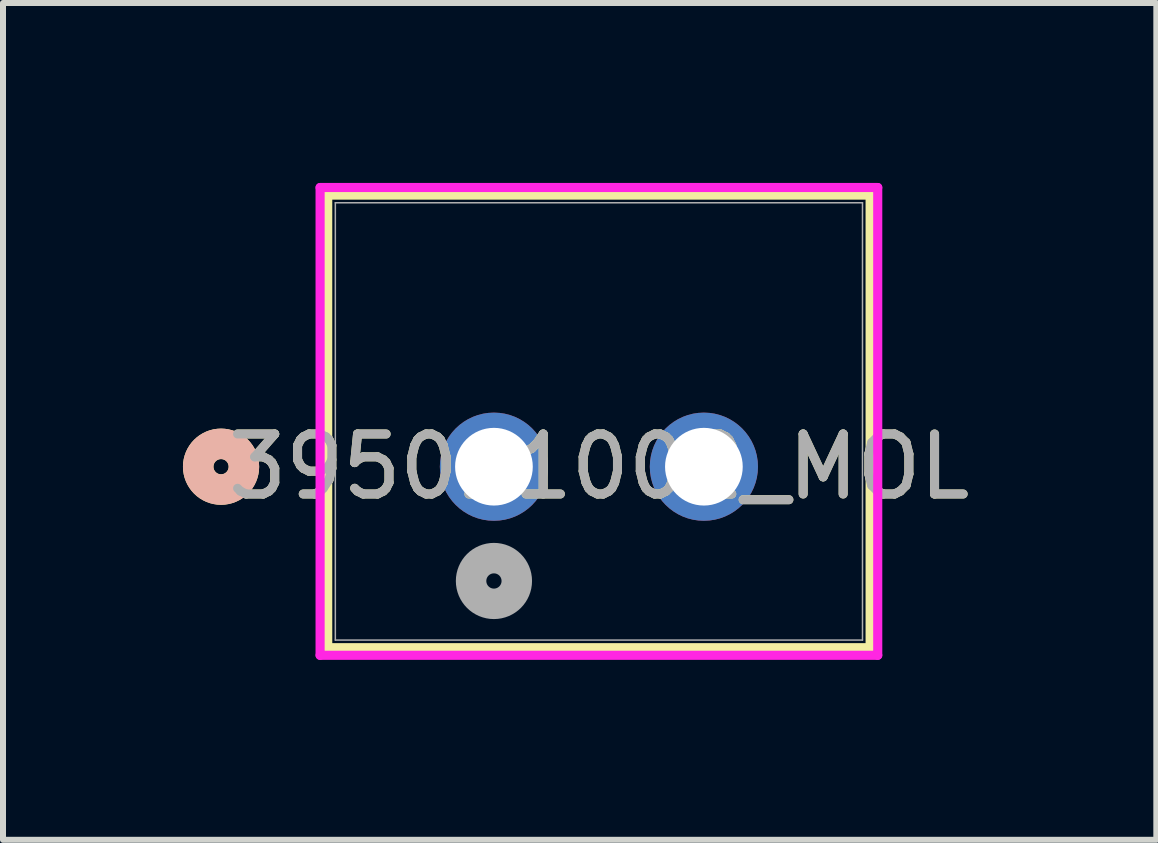
<source format=kicad_pcb>
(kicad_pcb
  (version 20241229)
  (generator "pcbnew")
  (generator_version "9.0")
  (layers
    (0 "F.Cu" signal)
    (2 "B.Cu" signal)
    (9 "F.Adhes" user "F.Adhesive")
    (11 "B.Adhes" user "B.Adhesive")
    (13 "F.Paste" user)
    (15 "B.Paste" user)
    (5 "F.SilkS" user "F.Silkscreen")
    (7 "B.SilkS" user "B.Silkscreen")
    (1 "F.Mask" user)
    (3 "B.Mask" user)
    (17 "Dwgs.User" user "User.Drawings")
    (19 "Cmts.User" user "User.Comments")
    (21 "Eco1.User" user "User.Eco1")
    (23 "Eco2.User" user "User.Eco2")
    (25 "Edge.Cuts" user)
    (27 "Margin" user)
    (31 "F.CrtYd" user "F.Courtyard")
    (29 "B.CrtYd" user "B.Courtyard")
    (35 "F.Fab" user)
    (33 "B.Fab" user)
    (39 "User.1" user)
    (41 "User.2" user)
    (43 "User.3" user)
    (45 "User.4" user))
  (footprint "395011002_MOL"
    (layer "F.Cu")
    (at 5.184 4.73)
    (property "Reference" "395011002_MOL" (at 1.75 0 0) (unlocked yes) (layer "F.SilkS") (effects (font (size 1 1) (thickness 0.15))))
    (attr through_hole)
    (fp_line (start -2.771 -4.527) (end -2.771 3.017) (stroke (width 0.152) (type solid)) (layer "F.SilkS"))
    (fp_line (start -2.771 3.017) (end 6.271 3.017) (stroke (width 0.152) (type solid)) (layer "F.SilkS"))
    (fp_line (start 6.271 -4.527) (end -2.771 -4.527) (stroke (width 0.152) (type solid)) (layer "F.SilkS"))
    (fp_line (start 6.271 3.017) (end 6.271 -4.527) (stroke (width 0.152) (type solid)) (layer "F.SilkS"))
    (fp_circle (center -4.549 0) (end -4.168 0) (stroke (width 0.508) (type solid)) (fill no) (layer "F.SilkS"))
    (fp_circle (center -4.549 0) (end -4.168 0) (stroke (width 0.508) (type solid)) (fill no) (layer "B.SilkS"))
    (fp_line (start -2.898 -4.654) (end -2.898 3.144) (stroke (width 0.152) (type solid)) (layer "F.CrtYd"))
    (fp_line (start -2.898 3.144) (end 6.398 3.144) (stroke (width 0.152) (type solid)) (layer "F.CrtYd"))
    (fp_line (start 6.398 -4.654) (end -2.898 -4.654) (stroke (width 0.152) (type solid)) (layer "F.CrtYd"))
    (fp_line (start 6.398 3.144) (end 6.398 -4.654) (stroke (width 0.152) (type solid)) (layer "F.CrtYd"))
    (fp_line (start -2.644 -4.4) (end -2.644 2.89) (stroke (width 0.025) (type solid)) (layer "F.Fab"))
    (fp_line (start -2.644 2.89) (end 6.144 2.89) (stroke (width 0.025) (type solid)) (layer "F.Fab"))
    (fp_line (start 6.144 -4.4) (end -2.644 -4.4) (stroke (width 0.025) (type solid)) (layer "F.Fab"))
    (fp_line (start 6.144 2.89) (end 6.144 -4.4) (stroke (width 0.025) (type solid)) (layer "F.Fab"))
    (fp_circle (center 0 1.905) (end 0.381 1.905) (stroke (width 0.508) (type solid)) (fill no) (layer "F.Fab"))
    (fp_text user "${REFERENCE}" (at 1.75 0 0) (unlocked yes) (layer "F.Fab") (effects (font (size 1 1) (thickness 0.15))))
    (pad "1" thru_hole circle (at 0 0) (size 1.803 1.803) (drill 1.295) (layers "*.Cu" "*.Mask"))
    (pad "2" thru_hole circle (at 3.5 0) (size 1.803 1.803) (drill 1.295) (layers "*.Cu" "*.Mask")))
  (gr_rect
    (start -3 -3)
    (end 16.226 10.95)
    (stroke (width 0.1) (type default))
    (fill no)
    (layer "Edge.Cuts")))
</source>
